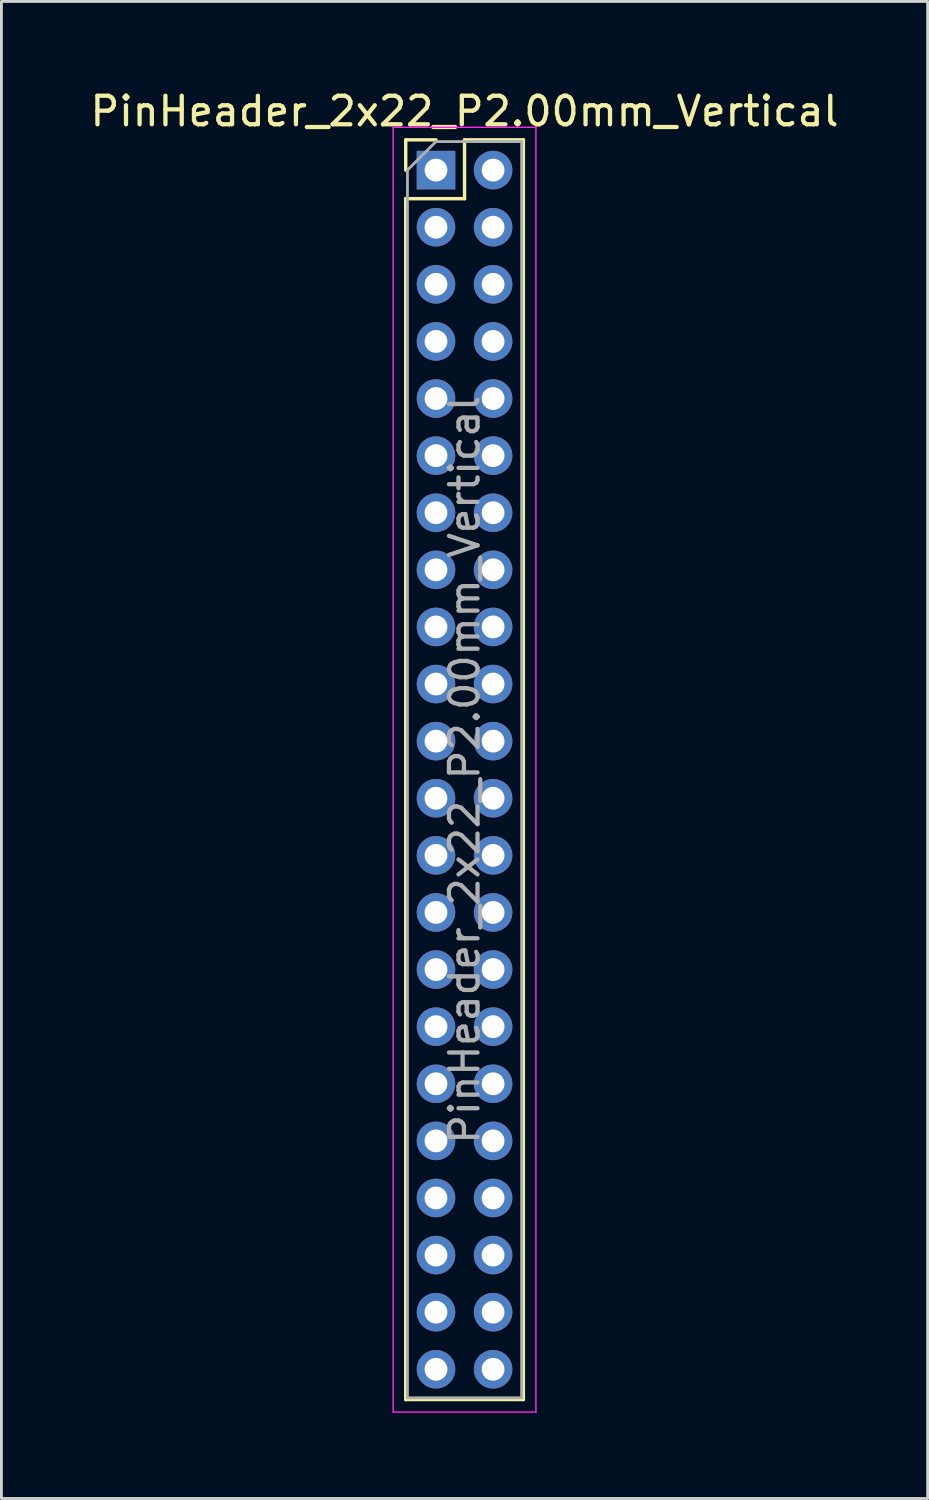
<source format=kicad_pcb>
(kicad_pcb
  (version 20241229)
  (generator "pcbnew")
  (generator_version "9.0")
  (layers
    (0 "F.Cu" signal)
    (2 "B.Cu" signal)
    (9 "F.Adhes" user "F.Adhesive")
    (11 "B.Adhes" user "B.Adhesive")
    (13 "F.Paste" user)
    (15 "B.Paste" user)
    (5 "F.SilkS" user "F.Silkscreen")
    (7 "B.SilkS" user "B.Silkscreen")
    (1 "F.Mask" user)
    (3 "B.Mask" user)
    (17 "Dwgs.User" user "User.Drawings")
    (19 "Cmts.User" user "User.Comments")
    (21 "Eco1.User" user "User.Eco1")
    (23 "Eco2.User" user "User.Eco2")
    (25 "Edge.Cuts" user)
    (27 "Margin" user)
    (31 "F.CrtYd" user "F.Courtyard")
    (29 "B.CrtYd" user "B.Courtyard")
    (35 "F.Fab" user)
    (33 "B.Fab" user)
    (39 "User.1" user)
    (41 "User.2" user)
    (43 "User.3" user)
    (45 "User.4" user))
  (footprint "PinHeader_2x22_P2.00mm_Vertical"
    (layer "F.Cu")
    (at 12.22 2.908)
    (property "Reference" "PinHeader_2x22_P2.00mm_Vertical" (at 1 -2.06 0) (layer "F.SilkS") (effects (font (size 1 1) (thickness 0.15))))
    (attr through_hole)
    (fp_line (start -1.06 -1.06) (end 0 -1.06) (stroke (width 0.12) (type solid)) (layer "F.SilkS"))
    (fp_line (start -1.06 0) (end -1.06 -1.06) (stroke (width 0.12) (type solid)) (layer "F.SilkS"))
    (fp_line (start -1.06 1) (end -1.06 43.06) (stroke (width 0.12) (type solid)) (layer "F.SilkS"))
    (fp_line (start -1.06 1) (end 1 1) (stroke (width 0.12) (type solid)) (layer "F.SilkS"))
    (fp_line (start -1.06 43.06) (end 3.06 43.06) (stroke (width 0.12) (type solid)) (layer "F.SilkS"))
    (fp_line (start 1 -1.06) (end 3.06 -1.06) (stroke (width 0.12) (type solid)) (layer "F.SilkS"))
    (fp_line (start 1 1) (end 1 -1.06) (stroke (width 0.12) (type solid)) (layer "F.SilkS"))
    (fp_line (start 3.06 -1.06) (end 3.06 43.06) (stroke (width 0.12) (type solid)) (layer "F.SilkS"))
    (fp_line (start -1.5 -1.5) (end -1.5 43.5) (stroke (width 0.05) (type solid)) (layer "F.CrtYd"))
    (fp_line (start -1.5 43.5) (end 3.5 43.5) (stroke (width 0.05) (type solid)) (layer "F.CrtYd"))
    (fp_line (start 3.5 -1.5) (end -1.5 -1.5) (stroke (width 0.05) (type solid)) (layer "F.CrtYd"))
    (fp_line (start 3.5 43.5) (end 3.5 -1.5) (stroke (width 0.05) (type solid)) (layer "F.CrtYd"))
    (fp_line (start -1 0) (end 0 -1) (stroke (width 0.1) (type solid)) (layer "F.Fab"))
    (fp_line (start -1 43) (end -1 0) (stroke (width 0.1) (type solid)) (layer "F.Fab"))
    (fp_line (start 0 -1) (end 3 -1) (stroke (width 0.1) (type solid)) (layer "F.Fab"))
    (fp_line (start 3 -1) (end 3 43) (stroke (width 0.1) (type solid)) (layer "F.Fab"))
    (fp_line (start 3 43) (end -1 43) (stroke (width 0.1) (type solid)) (layer "F.Fab"))
    (fp_text user "${REFERENCE}" (at 1 21 90) (layer "F.Fab") (effects (font (size 1 1) (thickness 0.15))))
    (pad "1" thru_hole rect (at 0 0) (size 1.35 1.35) (drill 0.8) (layers "*.Cu" "*.Mask"))
    (pad "2" thru_hole oval (at 2 0) (size 1.35 1.35) (drill 0.8) (layers "*.Cu" "*.Mask"))
    (pad "3" thru_hole oval (at 0 2) (size 1.35 1.35) (drill 0.8) (layers "*.Cu" "*.Mask"))
    (pad "4" thru_hole oval (at 2 2) (size 1.35 1.35) (drill 0.8) (layers "*.Cu" "*.Mask"))
    (pad "5" thru_hole oval (at 0 4) (size 1.35 1.35) (drill 0.8) (layers "*.Cu" "*.Mask"))
    (pad "6" thru_hole oval (at 2 4) (size 1.35 1.35) (drill 0.8) (layers "*.Cu" "*.Mask"))
    (pad "7" thru_hole oval (at 0 6) (size 1.35 1.35) (drill 0.8) (layers "*.Cu" "*.Mask"))
    (pad "8" thru_hole oval (at 2 6) (size 1.35 1.35) (drill 0.8) (layers "*.Cu" "*.Mask"))
    (pad "9" thru_hole oval (at 0 8) (size 1.35 1.35) (drill 0.8) (layers "*.Cu" "*.Mask"))
    (pad "10" thru_hole oval (at 2 8) (size 1.35 1.35) (drill 0.8) (layers "*.Cu" "*.Mask"))
    (pad "11" thru_hole oval (at 0 10) (size 1.35 1.35) (drill 0.8) (layers "*.Cu" "*.Mask"))
    (pad "12" thru_hole oval (at 2 10) (size 1.35 1.35) (drill 0.8) (layers "*.Cu" "*.Mask"))
    (pad "13" thru_hole oval (at 0 12) (size 1.35 1.35) (drill 0.8) (layers "*.Cu" "*.Mask"))
    (pad "14" thru_hole oval (at 2 12) (size 1.35 1.35) (drill 0.8) (layers "*.Cu" "*.Mask"))
    (pad "15" thru_hole oval (at 0 14) (size 1.35 1.35) (drill 0.8) (layers "*.Cu" "*.Mask"))
    (pad "16" thru_hole oval (at 2 14) (size 1.35 1.35) (drill 0.8) (layers "*.Cu" "*.Mask"))
    (pad "17" thru_hole oval (at 0 16) (size 1.35 1.35) (drill 0.8) (layers "*.Cu" "*.Mask"))
    (pad "18" thru_hole oval (at 2 16) (size 1.35 1.35) (drill 0.8) (layers "*.Cu" "*.Mask"))
    (pad "19" thru_hole oval (at 0 18) (size 1.35 1.35) (drill 0.8) (layers "*.Cu" "*.Mask"))
    (pad "20" thru_hole oval (at 2 18) (size 1.35 1.35) (drill 0.8) (layers "*.Cu" "*.Mask"))
    (pad "21" thru_hole oval (at 0 20) (size 1.35 1.35) (drill 0.8) (layers "*.Cu" "*.Mask"))
    (pad "22" thru_hole oval (at 2 20) (size 1.35 1.35) (drill 0.8) (layers "*.Cu" "*.Mask"))
    (pad "23" thru_hole oval (at 0 22) (size 1.35 1.35) (drill 0.8) (layers "*.Cu" "*.Mask"))
    (pad "24" thru_hole oval (at 2 22) (size 1.35 1.35) (drill 0.8) (layers "*.Cu" "*.Mask"))
    (pad "25" thru_hole oval (at 0 24) (size 1.35 1.35) (drill 0.8) (layers "*.Cu" "*.Mask"))
    (pad "26" thru_hole oval (at 2 24) (size 1.35 1.35) (drill 0.8) (layers "*.Cu" "*.Mask"))
    (pad "27" thru_hole oval (at 0 26) (size 1.35 1.35) (drill 0.8) (layers "*.Cu" "*.Mask"))
    (pad "28" thru_hole oval (at 2 26) (size 1.35 1.35) (drill 0.8) (layers "*.Cu" "*.Mask"))
    (pad "29" thru_hole oval (at 0 28) (size 1.35 1.35) (drill 0.8) (layers "*.Cu" "*.Mask"))
    (pad "30" thru_hole oval (at 2 28) (size 1.35 1.35) (drill 0.8) (layers "*.Cu" "*.Mask"))
    (pad "31" thru_hole oval (at 0 30) (size 1.35 1.35) (drill 0.8) (layers "*.Cu" "*.Mask"))
    (pad "32" thru_hole oval (at 2 30) (size 1.35 1.35) (drill 0.8) (layers "*.Cu" "*.Mask"))
    (pad "33" thru_hole oval (at 0 32) (size 1.35 1.35) (drill 0.8) (layers "*.Cu" "*.Mask"))
    (pad "34" thru_hole oval (at 2 32) (size 1.35 1.35) (drill 0.8) (layers "*.Cu" "*.Mask"))
    (pad "35" thru_hole oval (at 0 34) (size 1.35 1.35) (drill 0.8) (layers "*.Cu" "*.Mask"))
    (pad "36" thru_hole oval (at 2 34) (size 1.35 1.35) (drill 0.8) (layers "*.Cu" "*.Mask"))
    (pad "37" thru_hole oval (at 0 36) (size 1.35 1.35) (drill 0.8) (layers "*.Cu" "*.Mask"))
    (pad "38" thru_hole oval (at 2 36) (size 1.35 1.35) (drill 0.8) (layers "*.Cu" "*.Mask"))
    (pad "39" thru_hole oval (at 0 38) (size 1.35 1.35) (drill 0.8) (layers "*.Cu" "*.Mask"))
    (pad "40" thru_hole oval (at 2 38) (size 1.35 1.35) (drill 0.8) (layers "*.Cu" "*.Mask"))
    (pad "41" thru_hole oval (at 0 40) (size 1.35 1.35) (drill 0.8) (layers "*.Cu" "*.Mask"))
    (pad "42" thru_hole oval (at 2 40) (size 1.35 1.35) (drill 0.8) (layers "*.Cu" "*.Mask"))
    (pad "43" thru_hole oval (at 0 42) (size 1.35 1.35) (drill 0.8) (layers "*.Cu" "*.Mask"))
    (pad "44" thru_hole oval (at 2 42) (size 1.35 1.35) (drill 0.8) (layers "*.Cu" "*.Mask")))
  (gr_rect
    (start -3 -3)
    (end 29.44 49.433)
    (stroke (width 0.1) (type default))
    (fill no)
    (layer "Edge.Cuts")))
</source>
